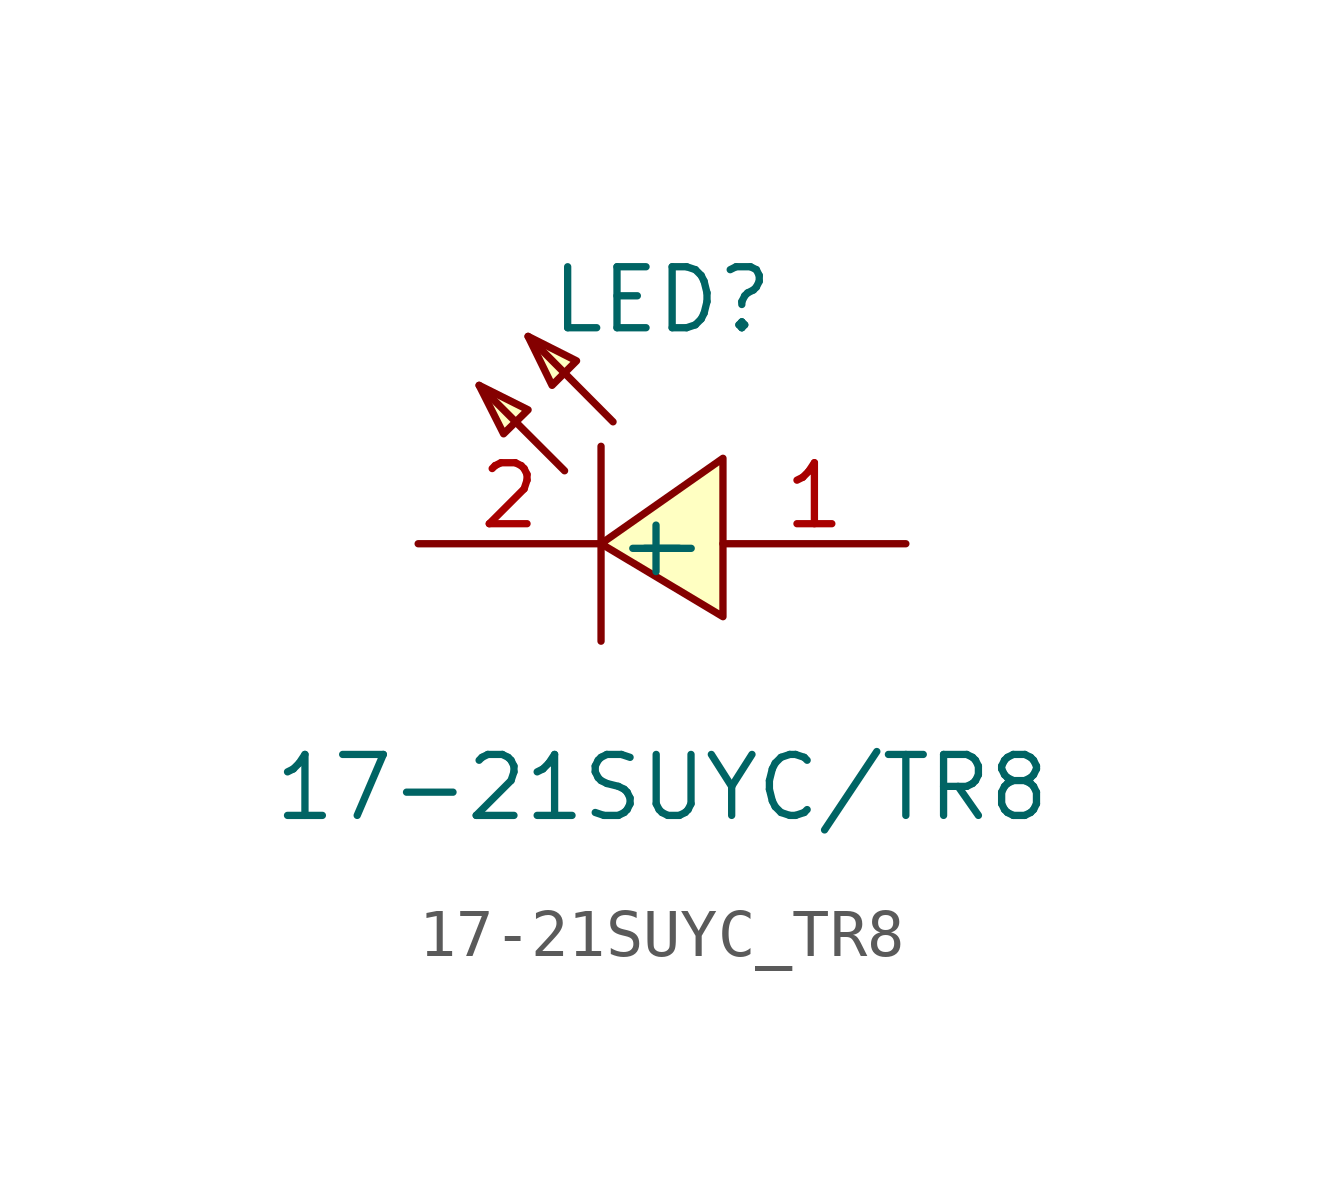
<source format=kicad_sym>
(kicad_symbol_lib
  (version 20211014)
  (generator https://github.com/uPesy/easyeda2kicad.py)
  (symbol "17-21SUYC_TR8"
    (property "Reference" "LED"
      (at 0 5.08 0)
      (effects (font (size 1.27 1.27))))
    (property "Value" "17-21SUYC/TR8"
      (at 0 -5.08 0)
      (effects (font (size 1.27 1.27))))
    (symbol "17-21SUYC_TR8_0_1"
      (polyline (pts (xy -3.81 3.30) (xy -2.79 2.79) (xy -3.30 2.29) (xy -3.81 3.30)) (stroke (width 0) (type default) (color 0 0 0 0)) (fill (type background)))
      (polyline (pts (xy -2.79 4.32) (xy -1.78 3.81) (xy -2.29 3.30) (xy -2.79 4.32)) (stroke (width 0) (type default) (color 0 0 0 0)) (fill (type background)))
      (polyline (pts (xy 1.27 -1.52) (xy -1.27 -0.00) (xy 1.27 1.78) (xy 1.27 -1.52)) (stroke (width 0) (type default) (color 0 0 0 0)) (fill (type background)))
      (polyline (pts (xy -2.03 1.52) (xy -3.81 3.30)) (stroke (width 0) (type default) (color 0 0 0 0)) (fill (type none)))
      (polyline (pts (xy -1.02 2.54) (xy -2.79 4.32)) (stroke (width 0) (type default) (color 0 0 0 0)) (fill (type none)))
      (polyline (pts (xy -1.27 2.03) (xy -1.27 -2.03)) (stroke (width 0) (type default) (color 0 0 0 0)) (fill (type none)))
      (pin unspecified line (at -5.08 -0.00 0) (length 3.81) (name "-" (effects (font (size 1.27 1.27)))) (number "2" (effects (font (size 1.27 1.27)))))
      (pin unspecified line (at 5.08 -0.00 180) (length 3.81) (name "+" (effects (font (size 1.27 1.27)))) (number "1" (effects (font (size 1.27 1.27))))))))
</source>
